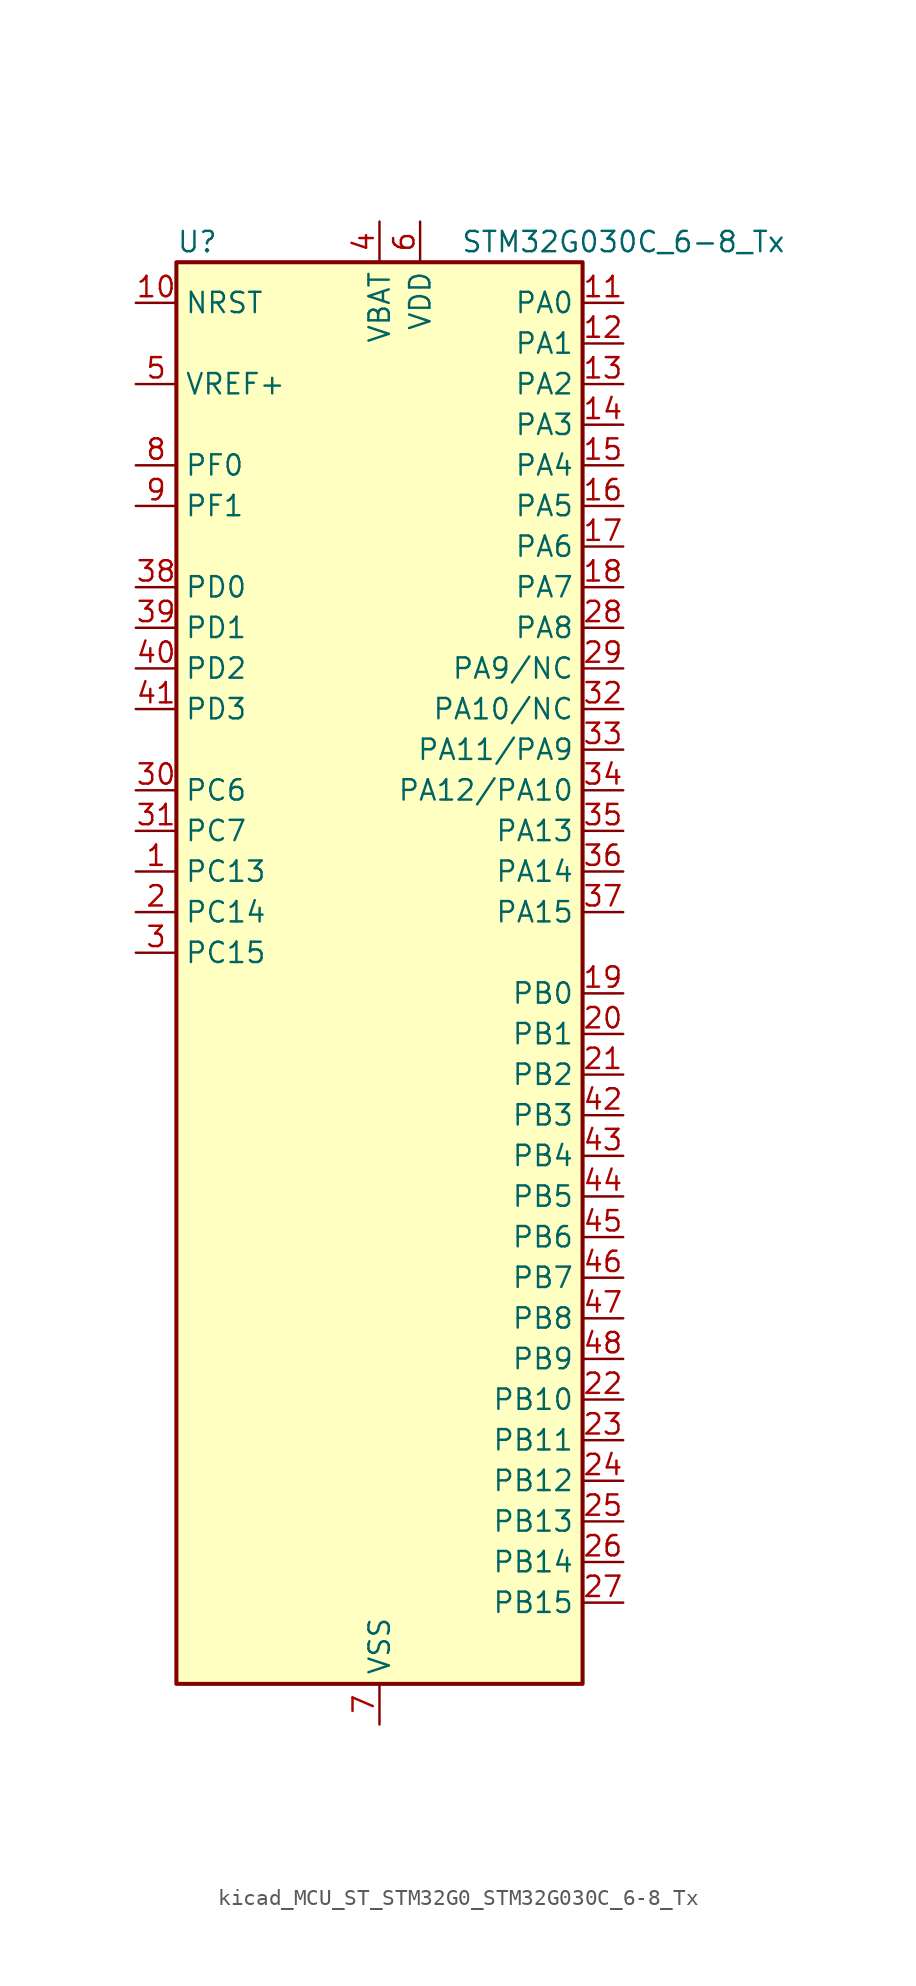
<source format=kicad_sym>
(kicad_symbol_lib
  (version 20220914)
  (generator kicad_symbol_editor)
  (symbol "kicad_MCU_ST_STM32G0_STM32G030C_6-8_Tx"
    (property "Reference" "U"
      (at -12.7 46.99 0)
      (effects (font (size 1.27 1.27)) (justify left)))
    (property "Value" "STM32G030C_6-8_Tx"
      (at 5.08 46.99 0)
      (effects (font (size 1.27 1.27)) (justify left)))
    (property "ki_locked" ""
      (at 0 0 0)
      (effects (font (size 1.27 1.27))))
    (symbol "kicad_MCU_ST_STM32G0_STM32G030C_6-8_Tx_0_1"
      (rectangle (start -12.7 -43.18) (end 12.7 45.72) (stroke (width 0.254) (type default)) (fill (type background))))
    (symbol "kicad_MCU_ST_STM32G0_STM32G030C_6-8_Tx_1_1"
      (pin bidirectional line (at -15.24 7.62 0) (length 2.54) (name "PC13" (effects (font (size 1.27 1.27)))) (number "1" (effects (font (size 1.27 1.27)))) (alternate "RTC_OUT_ALARM" bidirectional line) (alternate "RTC_OUT_CALIB" bidirectional line) (alternate "RTC_TAMP_IN1" bidirectional line) (alternate "RTC_TS" bidirectional line) (alternate "SYS_WKUP2" bidirectional line) (alternate "TIM1_BK" bidirectional line))
      (pin input line (at -15.24 43.18 0) (length 2.54) (name "NRST" (effects (font (size 1.27 1.27)))) (number "10" (effects (font (size 1.27 1.27)))))
      (pin bidirectional line (at 15.24 43.18 180) (length 2.54) (name "PA0" (effects (font (size 1.27 1.27)))) (number "11" (effects (font (size 1.27 1.27)))) (alternate "ADC1_IN0" bidirectional line) (alternate "RTC_TAMP_IN2" bidirectional line) (alternate "SPI2_SCK" bidirectional line) (alternate "SYS_WKUP1" bidirectional line) (alternate "USART2_CTS" bidirectional line) (alternate "USART2_NSS" bidirectional line))
      (pin bidirectional line (at 15.24 40.64 180) (length 2.54) (name "PA1" (effects (font (size 1.27 1.27)))) (number "12" (effects (font (size 1.27 1.27)))) (alternate "ADC1_IN1" bidirectional line) (alternate "I2C1_SMBA" bidirectional line) (alternate "I2S1_CK" bidirectional line) (alternate "SPI1_SCK" bidirectional line) (alternate "USART2_CK" bidirectional line) (alternate "USART2_DE" bidirectional line) (alternate "USART2_RTS" bidirectional line))
      (pin bidirectional line (at 15.24 38.1 180) (length 2.54) (name "PA2" (effects (font (size 1.27 1.27)))) (number "13" (effects (font (size 1.27 1.27)))) (alternate "ADC1_IN2" bidirectional line) (alternate "I2S1_SD" bidirectional line) (alternate "RCC_LSCO" bidirectional line) (alternate "SPI1_MOSI" bidirectional line) (alternate "SYS_WKUP4" bidirectional line) (alternate "USART2_TX" bidirectional line))
      (pin bidirectional line (at 15.24 35.56 180) (length 2.54) (name "PA3" (effects (font (size 1.27 1.27)))) (number "14" (effects (font (size 1.27 1.27)))) (alternate "ADC1_IN3" bidirectional line) (alternate "SPI2_MISO" bidirectional line) (alternate "USART2_RX" bidirectional line))
      (pin bidirectional line (at 15.24 33.02 180) (length 2.54) (name "PA4" (effects (font (size 1.27 1.27)))) (number "15" (effects (font (size 1.27 1.27)))) (alternate "ADC1_IN4" bidirectional line) (alternate "I2S1_WS" bidirectional line) (alternate "RTC_OUT_ALARM" bidirectional line) (alternate "RTC_OUT_CALIB" bidirectional line) (alternate "SPI1_NSS" bidirectional line) (alternate "SPI2_MOSI" bidirectional line) (alternate "TIM14_CH1" bidirectional line))
      (pin bidirectional line (at 15.24 30.48 180) (length 2.54) (name "PA5" (effects (font (size 1.27 1.27)))) (number "16" (effects (font (size 1.27 1.27)))) (alternate "ADC1_IN5" bidirectional line) (alternate "I2S1_CK" bidirectional line) (alternate "SPI1_SCK" bidirectional line))
      (pin bidirectional line (at 15.24 27.94 180) (length 2.54) (name "PA6" (effects (font (size 1.27 1.27)))) (number "17" (effects (font (size 1.27 1.27)))) (alternate "ADC1_IN6" bidirectional line) (alternate "I2S1_MCK" bidirectional line) (alternate "SPI1_MISO" bidirectional line) (alternate "TIM16_CH1" bidirectional line) (alternate "TIM1_BK" bidirectional line) (alternate "TIM3_CH1" bidirectional line))
      (pin bidirectional line (at 15.24 25.4 180) (length 2.54) (name "PA7" (effects (font (size 1.27 1.27)))) (number "18" (effects (font (size 1.27 1.27)))) (alternate "ADC1_IN7" bidirectional line) (alternate "I2S1_SD" bidirectional line) (alternate "SPI1_MOSI" bidirectional line) (alternate "TIM14_CH1" bidirectional line) (alternate "TIM17_CH1" bidirectional line) (alternate "TIM1_CH1N" bidirectional line) (alternate "TIM3_CH2" bidirectional line))
      (pin bidirectional line (at 15.24 0 180) (length 2.54) (name "PB0" (effects (font (size 1.27 1.27)))) (number "19" (effects (font (size 1.27 1.27)))) (alternate "ADC1_IN8" bidirectional line) (alternate "I2S1_WS" bidirectional line) (alternate "SPI1_NSS" bidirectional line) (alternate "TIM1_CH2N" bidirectional line) (alternate "TIM3_CH3" bidirectional line))
      (pin bidirectional line (at -15.24 5.08 0) (length 2.54) (name "PC14" (effects (font (size 1.27 1.27)))) (number "2" (effects (font (size 1.27 1.27)))) (alternate "RCC_OSC32_IN" bidirectional line) (alternate "TIM1_BK2" bidirectional line))
      (pin bidirectional line (at 15.24 -2.54 180) (length 2.54) (name "PB1" (effects (font (size 1.27 1.27)))) (number "20" (effects (font (size 1.27 1.27)))) (alternate "ADC1_IN9" bidirectional line) (alternate "TIM14_CH1" bidirectional line) (alternate "TIM1_CH3N" bidirectional line) (alternate "TIM3_CH4" bidirectional line))
      (pin bidirectional line (at 15.24 -5.08 180) (length 2.54) (name "PB2" (effects (font (size 1.27 1.27)))) (number "21" (effects (font (size 1.27 1.27)))) (alternate "ADC1_IN10" bidirectional line) (alternate "SPI2_MISO" bidirectional line))
      (pin bidirectional line (at 15.24 -25.4 180) (length 2.54) (name "PB10" (effects (font (size 1.27 1.27)))) (number "22" (effects (font (size 1.27 1.27)))) (alternate "ADC1_IN11" bidirectional line) (alternate "I2C2_SCL" bidirectional line) (alternate "SPI2_SCK" bidirectional line))
      (pin bidirectional line (at 15.24 -27.94 180) (length 2.54) (name "PB11" (effects (font (size 1.27 1.27)))) (number "23" (effects (font (size 1.27 1.27)))) (alternate "ADC1_EXTI11" bidirectional line) (alternate "ADC1_IN15" bidirectional line) (alternate "I2C2_SDA" bidirectional line) (alternate "SPI2_MOSI" bidirectional line))
      (pin bidirectional line (at 15.24 -30.48 180) (length 2.54) (name "PB12" (effects (font (size 1.27 1.27)))) (number "24" (effects (font (size 1.27 1.27)))) (alternate "ADC1_IN16" bidirectional line) (alternate "SPI2_NSS" bidirectional line) (alternate "TIM1_BK" bidirectional line))
      (pin bidirectional line (at 15.24 -33.02 180) (length 2.54) (name "PB13" (effects (font (size 1.27 1.27)))) (number "25" (effects (font (size 1.27 1.27)))) (alternate "I2C2_SCL" bidirectional line) (alternate "SPI2_SCK" bidirectional line) (alternate "TIM1_CH1N" bidirectional line))
      (pin bidirectional line (at 15.24 -35.56 180) (length 2.54) (name "PB14" (effects (font (size 1.27 1.27)))) (number "26" (effects (font (size 1.27 1.27)))) (alternate "I2C2_SDA" bidirectional line) (alternate "SPI2_MISO" bidirectional line) (alternate "TIM1_CH2N" bidirectional line))
      (pin bidirectional line (at 15.24 -38.1 180) (length 2.54) (name "PB15" (effects (font (size 1.27 1.27)))) (number "27" (effects (font (size 1.27 1.27)))) (alternate "RTC_REFIN" bidirectional line) (alternate "SPI2_MOSI" bidirectional line) (alternate "TIM1_CH3N" bidirectional line))
      (pin bidirectional line (at 15.24 22.86 180) (length 2.54) (name "PA8" (effects (font (size 1.27 1.27)))) (number "28" (effects (font (size 1.27 1.27)))) (alternate "RCC_MCO" bidirectional line) (alternate "SPI2_NSS" bidirectional line) (alternate "TIM1_CH1" bidirectional line))
      (pin bidirectional line (at 15.24 20.32 180) (length 2.54) (name "PA9/NC" (effects (font (size 1.27 1.27)))) (number "29" (effects (font (size 1.27 1.27)))) (alternate "I2C1_SCL" bidirectional line) (alternate "RCC_MCO" bidirectional line) (alternate "SPI2_MISO" bidirectional line) (alternate "TIM1_CH2" bidirectional line) (alternate "USART1_TX" bidirectional line))
      (pin bidirectional line (at -15.24 2.54 0) (length 2.54) (name "PC15" (effects (font (size 1.27 1.27)))) (number "3" (effects (font (size 1.27 1.27)))) (alternate "RCC_OSC32_EN" bidirectional line) (alternate "RCC_OSC32_OUT" bidirectional line) (alternate "RCC_OSC_EN" bidirectional line))
      (pin bidirectional line (at -15.24 12.7 0) (length 2.54) (name "PC6" (effects (font (size 1.27 1.27)))) (number "30" (effects (font (size 1.27 1.27)))) (alternate "TIM3_CH1" bidirectional line))
      (pin bidirectional line (at -15.24 10.16 0) (length 2.54) (name "PC7" (effects (font (size 1.27 1.27)))) (number "31" (effects (font (size 1.27 1.27)))) (alternate "TIM3_CH2" bidirectional line))
      (pin bidirectional line (at 15.24 17.78 180) (length 2.54) (name "PA10/NC" (effects (font (size 1.27 1.27)))) (number "32" (effects (font (size 1.27 1.27)))) (alternate "I2C1_SDA" bidirectional line) (alternate "SPI2_MOSI" bidirectional line) (alternate "TIM17_BK" bidirectional line) (alternate "TIM1_CH3" bidirectional line) (alternate "USART1_RX" bidirectional line))
      (pin bidirectional line (at 15.24 15.24 180) (length 2.54) (name "PA11/PA9" (effects (font (size 1.27 1.27)))) (number "33" (effects (font (size 1.27 1.27)))) (alternate "ADC1_EXTI11" bidirectional line) (alternate "I2C2_SCL" bidirectional line) (alternate "I2S1_MCK" bidirectional line) (alternate "SPI1_MISO" bidirectional line) (alternate "TIM1_BK2" bidirectional line) (alternate "TIM1_CH4" bidirectional line) (alternate "USART1_CTS" bidirectional line) (alternate "USART1_NSS" bidirectional line))
      (pin bidirectional line (at 15.24 12.7 180) (length 2.54) (name "PA12/PA10" (effects (font (size 1.27 1.27)))) (number "34" (effects (font (size 1.27 1.27)))) (alternate "I2C2_SDA" bidirectional line) (alternate "I2S1_SD" bidirectional line) (alternate "I2S_CKIN" bidirectional line) (alternate "SPI1_MOSI" bidirectional line) (alternate "TIM1_ETR" bidirectional line) (alternate "USART1_CK" bidirectional line) (alternate "USART1_DE" bidirectional line) (alternate "USART1_RTS" bidirectional line))
      (pin bidirectional line (at 15.24 10.16 180) (length 2.54) (name "PA13" (effects (font (size 1.27 1.27)))) (number "35" (effects (font (size 1.27 1.27)))) (alternate "ADC1_IN17" bidirectional line) (alternate "IR_OUT" bidirectional line) (alternate "SYS_SWDIO" bidirectional line))
      (pin bidirectional line (at 15.24 7.62 180) (length 2.54) (name "PA14" (effects (font (size 1.27 1.27)))) (number "36" (effects (font (size 1.27 1.27)))) (alternate "ADC1_IN18" bidirectional line) (alternate "SYS_SWCLK" bidirectional line) (alternate "USART2_TX" bidirectional line))
      (pin bidirectional line (at 15.24 5.08 180) (length 2.54) (name "PA15" (effects (font (size 1.27 1.27)))) (number "37" (effects (font (size 1.27 1.27)))) (alternate "I2S1_WS" bidirectional line) (alternate "SPI1_NSS" bidirectional line) (alternate "USART2_RX" bidirectional line))
      (pin bidirectional line (at -15.24 25.4 0) (length 2.54) (name "PD0" (effects (font (size 1.27 1.27)))) (number "38" (effects (font (size 1.27 1.27)))) (alternate "SPI2_NSS" bidirectional line) (alternate "TIM16_CH1" bidirectional line))
      (pin bidirectional line (at -15.24 22.86 0) (length 2.54) (name "PD1" (effects (font (size 1.27 1.27)))) (number "39" (effects (font (size 1.27 1.27)))) (alternate "SPI2_SCK" bidirectional line) (alternate "TIM17_CH1" bidirectional line))
      (pin power_in line (at 0 48.26 270) (length 2.54) (name "VBAT" (effects (font (size 1.27 1.27)))) (number "4" (effects (font (size 1.27 1.27)))))
      (pin bidirectional line (at -15.24 20.32 0) (length 2.54) (name "PD2" (effects (font (size 1.27 1.27)))) (number "40" (effects (font (size 1.27 1.27)))) (alternate "TIM1_CH1N" bidirectional line) (alternate "TIM3_ETR" bidirectional line))
      (pin bidirectional line (at -15.24 17.78 0) (length 2.54) (name "PD3" (effects (font (size 1.27 1.27)))) (number "41" (effects (font (size 1.27 1.27)))) (alternate "SPI2_MISO" bidirectional line) (alternate "TIM1_CH2N" bidirectional line) (alternate "USART2_CTS" bidirectional line) (alternate "USART2_NSS" bidirectional line))
      (pin bidirectional line (at 15.24 -7.62 180) (length 2.54) (name "PB3" (effects (font (size 1.27 1.27)))) (number "42" (effects (font (size 1.27 1.27)))) (alternate "I2S1_CK" bidirectional line) (alternate "SPI1_SCK" bidirectional line) (alternate "TIM1_CH2" bidirectional line) (alternate "USART1_CK" bidirectional line) (alternate "USART1_DE" bidirectional line) (alternate "USART1_RTS" bidirectional line))
      (pin bidirectional line (at 15.24 -10.16 180) (length 2.54) (name "PB4" (effects (font (size 1.27 1.27)))) (number "43" (effects (font (size 1.27 1.27)))) (alternate "I2S1_MCK" bidirectional line) (alternate "SPI1_MISO" bidirectional line) (alternate "TIM17_BK" bidirectional line) (alternate "TIM3_CH1" bidirectional line) (alternate "USART1_CTS" bidirectional line) (alternate "USART1_NSS" bidirectional line))
      (pin bidirectional line (at 15.24 -12.7 180) (length 2.54) (name "PB5" (effects (font (size 1.27 1.27)))) (number "44" (effects (font (size 1.27 1.27)))) (alternate "I2C1_SMBA" bidirectional line) (alternate "I2S1_SD" bidirectional line) (alternate "SPI1_MOSI" bidirectional line) (alternate "SYS_WKUP6" bidirectional line) (alternate "TIM16_BK" bidirectional line) (alternate "TIM3_CH2" bidirectional line))
      (pin bidirectional line (at 15.24 -15.24 180) (length 2.54) (name "PB6" (effects (font (size 1.27 1.27)))) (number "45" (effects (font (size 1.27 1.27)))) (alternate "I2C1_SCL" bidirectional line) (alternate "SPI2_MISO" bidirectional line) (alternate "TIM16_CH1N" bidirectional line) (alternate "TIM1_CH3" bidirectional line) (alternate "USART1_TX" bidirectional line))
      (pin bidirectional line (at 15.24 -17.78 180) (length 2.54) (name "PB7" (effects (font (size 1.27 1.27)))) (number "46" (effects (font (size 1.27 1.27)))) (alternate "I2C1_SDA" bidirectional line) (alternate "SPI2_MOSI" bidirectional line) (alternate "SYS_PVD_IN" bidirectional line) (alternate "TIM17_CH1N" bidirectional line) (alternate "USART1_RX" bidirectional line))
      (pin bidirectional line (at 15.24 -20.32 180) (length 2.54) (name "PB8" (effects (font (size 1.27 1.27)))) (number "47" (effects (font (size 1.27 1.27)))) (alternate "I2C1_SCL" bidirectional line) (alternate "SPI2_SCK" bidirectional line) (alternate "TIM16_CH1" bidirectional line))
      (pin bidirectional line (at 15.24 -22.86 180) (length 2.54) (name "PB9" (effects (font (size 1.27 1.27)))) (number "48" (effects (font (size 1.27 1.27)))) (alternate "I2C1_SDA" bidirectional line) (alternate "IR_OUT" bidirectional line) (alternate "SPI2_NSS" bidirectional line) (alternate "TIM17_CH1" bidirectional line))
      (pin input line (at -15.24 38.1 0) (length 2.54) (name "VREF+" (effects (font (size 1.27 1.27)))) (number "5" (effects (font (size 1.27 1.27)))) (alternate "VREFBUF_OUT" bidirectional line))
      (pin power_in line (at 2.54 48.26 270) (length 2.54) (name "VDD" (effects (font (size 1.27 1.27)))) (number "6" (effects (font (size 1.27 1.27)))))
      (pin power_in line (at 0 -45.72 90) (length 2.54) (name "VSS" (effects (font (size 1.27 1.27)))) (number "7" (effects (font (size 1.27 1.27)))))
      (pin bidirectional line (at -15.24 33.02 0) (length 2.54) (name "PF0" (effects (font (size 1.27 1.27)))) (number "8" (effects (font (size 1.27 1.27)))) (alternate "RCC_OSC_IN" bidirectional line) (alternate "TIM14_CH1" bidirectional line))
      (pin bidirectional line (at -15.24 30.48 0) (length 2.54) (name "PF1" (effects (font (size 1.27 1.27)))) (number "9" (effects (font (size 1.27 1.27)))) (alternate "RCC_OSC_EN" bidirectional line) (alternate "RCC_OSC_OUT" bidirectional line)))))
</source>
